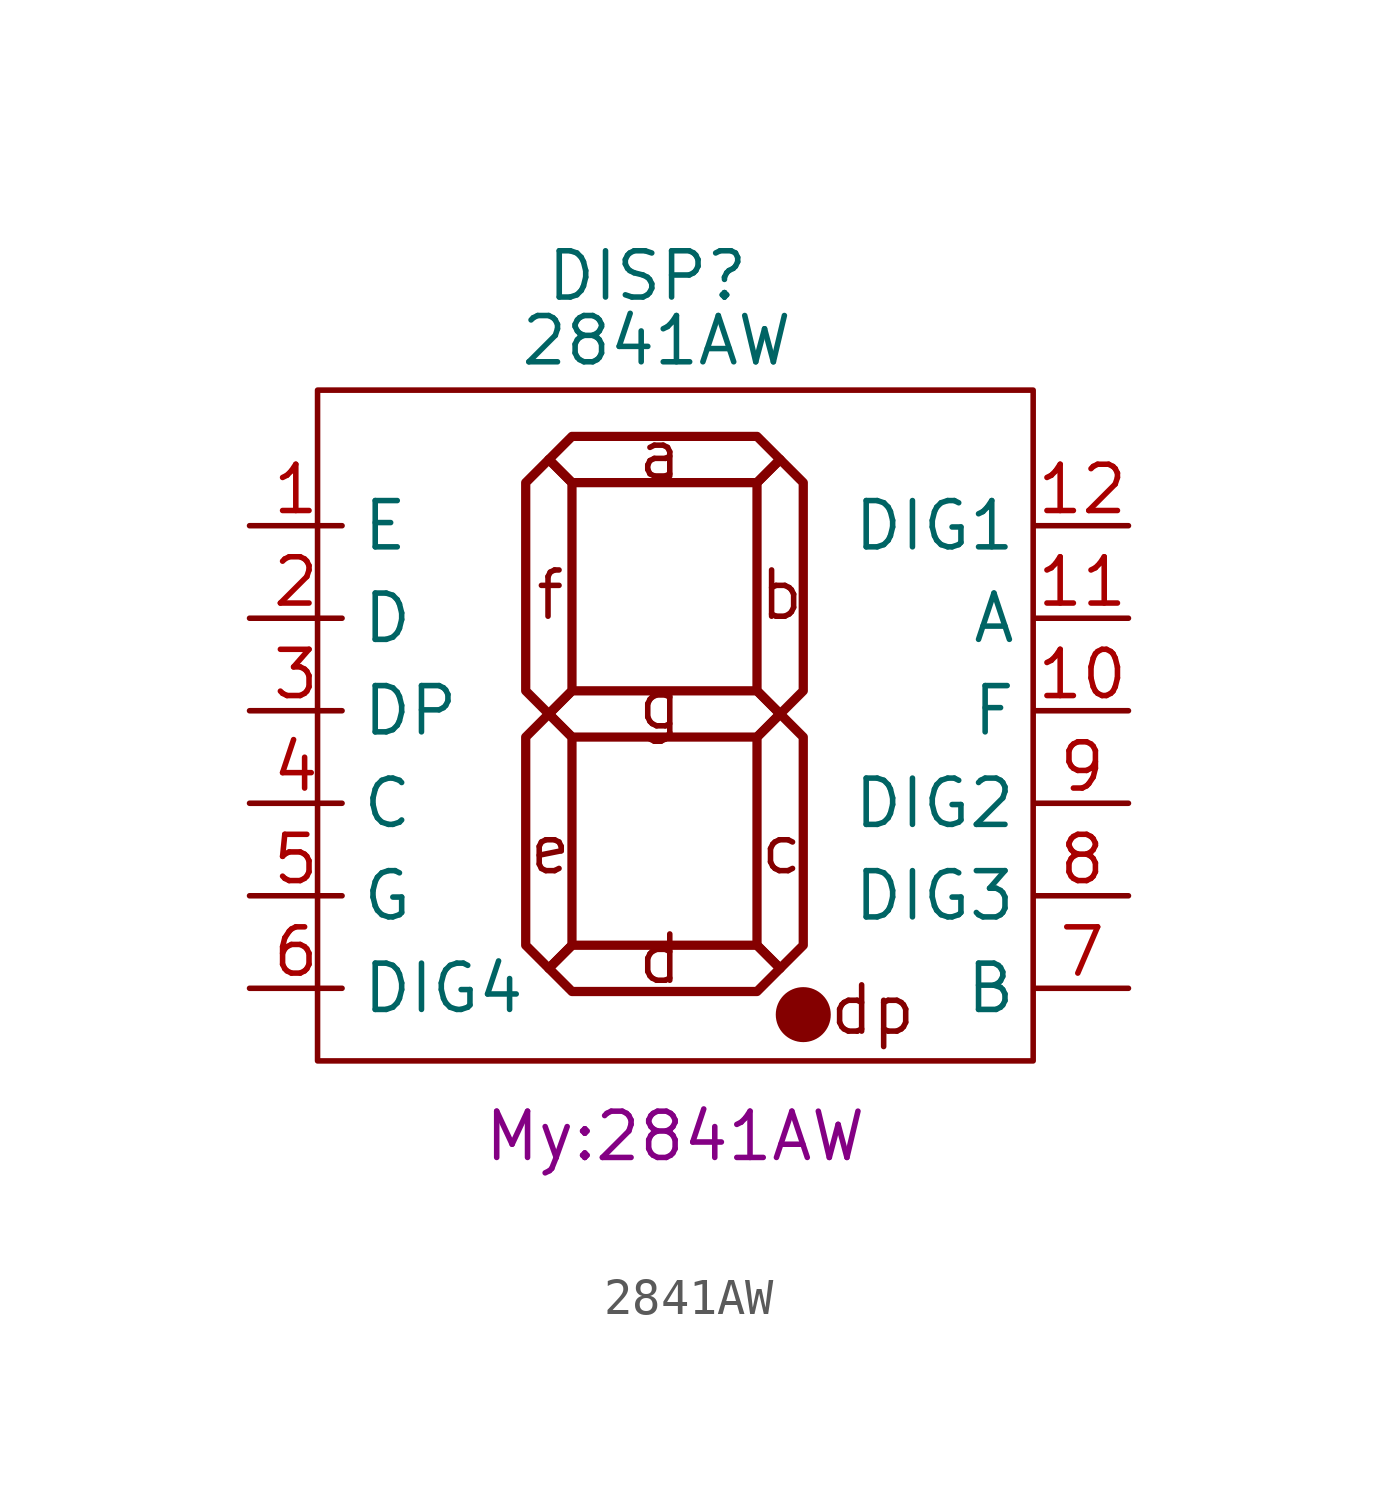
<source format=kicad_sym>
(kicad_symbol_lib
  (version 20231120)
  (generator "kicad_symbol_editor")
  (generator_version "8.0")
  (symbol "2841AW"
    (property "Reference" "DISP"
      (at -0.508 11.938 0)
      (effects (font (size 1.27 1.27))))
    (property "Value" "2841AW"
      (at -0.254 10.16 0)
      (effects (font (size 1.27 1.27))))
    (property "Footprint" "My:2841AW"
      (at 0.254 -11.684 0)
      (effects (font (size 1.27 1.27))))
    (symbol "2841AW_0_1"
      (rectangle (start -9.563 8.802) (end 10.084 -9.613) (stroke (width 0) (type default)) (fill (type none)))
      (polyline (pts (xy -3.213 -7.073) (xy -2.578 -6.438) (xy 2.502 -6.438) (xy 3.137 -7.073) (xy 2.502 -7.708) (xy -2.578 -7.708) (xy -3.213 -7.073)) (stroke (width 0.254) (type default)) (fill (type none)))
      (polyline (pts (xy -3.213 -0.088) (xy -3.848 -0.723) (xy -3.848 -6.438) (xy -3.213 -7.073) (xy -2.578 -6.438) (xy -2.578 -0.723) (xy -3.213 -0.088)) (stroke (width 0.254) (type default)) (fill (type none)))
      (polyline (pts (xy -3.213 -0.088) (xy -2.578 0.547) (xy 2.502 0.547) (xy 3.137 -0.088) (xy 2.502 -0.723) (xy -2.578 -0.723) (xy -3.213 -0.088)) (stroke (width 0.254) (type default)) (fill (type none)))
      (polyline (pts (xy -3.213 6.897) (xy -3.848 6.262) (xy -3.848 0.547) (xy -3.213 -0.088) (xy -2.578 0.547) (xy -2.578 6.262) (xy -3.213 6.897)) (stroke (width 0.254) (type default)) (fill (type none)))
      (polyline (pts (xy -3.213 6.897) (xy -2.578 7.532) (xy 2.502 7.532) (xy 3.137 6.897) (xy 2.502 6.262) (xy -2.578 6.262) (xy -3.213 6.897)) (stroke (width 0.254) (type default)) (fill (type none)))
      (polyline (pts (xy 3.137 -0.088) (xy 2.502 -0.723) (xy 2.502 -6.438) (xy 3.137 -7.073) (xy 3.772 -6.438) (xy 3.772 -0.723) (xy 3.137 -0.088)) (stroke (width 0.254) (type default)) (fill (type none)))
      (polyline (pts (xy 3.137 6.897) (xy 2.502 6.262) (xy 2.502 0.547) (xy 3.137 -0.088) (xy 3.772 0.547) (xy 3.772 6.262) (xy 3.137 6.897)) (stroke (width 0.254) (type default)) (fill (type none))))
    (symbol "2841AW_1_1"
      (circle (center 3.772 -8.343) (radius 0.679) (stroke (width 0) (type default)) (fill (type color) (color 132 0 0 1)))
      (text "a" (at -0.165 7.024 0) (effects (font (size 1.27 1.27))))
      (text "b" (at 3.175 3.175 0) (effects (font (size 1.27 1.27))))
      (text "c" (at 3.175 -3.81 0) (effects (font (size 1.27 1.27))))
      (text "d" (at -0.165 -6.819 0) (effects (font (size 1.27 1.27))))
      (text "dp" (at 5.677 -8.216 0) (effects (font (size 1.27 1.27))))
      (text "e" (at -3.175 -3.81 0) (effects (font (size 1.27 1.27))))
      (text "f\n" (at -3.175 3.175 0) (effects (font (size 1.27 1.27))))
      (text "g" (at -0.165 0.166 0) (effects (font (size 1.27 1.27))))
      (pin passive line (at -11.43 5.08 0) (length 2.54) (name "E" (effects (font (size 1.27 1.27)))) (number "1" (effects (font (size 1.27 1.27)))))
      (pin passive line (at 12.7 0 180) (length 2.54) (name "F" (effects (font (size 1.27 1.27)))) (number "10" (effects (font (size 1.27 1.27)))))
      (pin passive line (at 12.7 2.54 180) (length 2.54) (name "A" (effects (font (size 1.27 1.27)))) (number "11" (effects (font (size 1.27 1.27)))))
      (pin passive line (at 12.7 5.08 180) (length 2.54) (name "DIG1" (effects (font (size 1.27 1.27)))) (number "12" (effects (font (size 1.27 1.27)))))
      (pin passive line (at -11.43 2.54 0) (length 2.54) (name "D" (effects (font (size 1.27 1.27)))) (number "2" (effects (font (size 1.27 1.27)))))
      (pin passive line (at -11.43 0 0) (length 2.54) (name "DP" (effects (font (size 1.27 1.27)))) (number "3" (effects (font (size 1.27 1.27)))))
      (pin passive line (at -11.43 -2.54 0) (length 2.54) (name "C" (effects (font (size 1.27 1.27)))) (number "4" (effects (font (size 1.27 1.27)))))
      (pin passive line (at -11.43 -5.08 0) (length 2.54) (name "G" (effects (font (size 1.27 1.27)))) (number "5" (effects (font (size 1.27 1.27)))))
      (pin passive line (at -11.43 -7.62 0) (length 2.54) (name "DIG4" (effects (font (size 1.27 1.27)))) (number "6" (effects (font (size 1.27 1.27)))))
      (pin passive line (at 12.7 -7.62 180) (length 2.54) (name "B" (effects (font (size 1.27 1.27)))) (number "7" (effects (font (size 1.27 1.27)))))
      (pin passive line (at 12.7 -5.08 180) (length 2.54) (name "DIG3" (effects (font (size 1.27 1.27)))) (number "8" (effects (font (size 1.27 1.27)))))
      (pin passive line (at 12.7 -2.54 180) (length 2.54) (name "DIG2" (effects (font (size 1.27 1.27)))) (number "9" (effects (font (size 1.27 1.27))))))))
</source>
